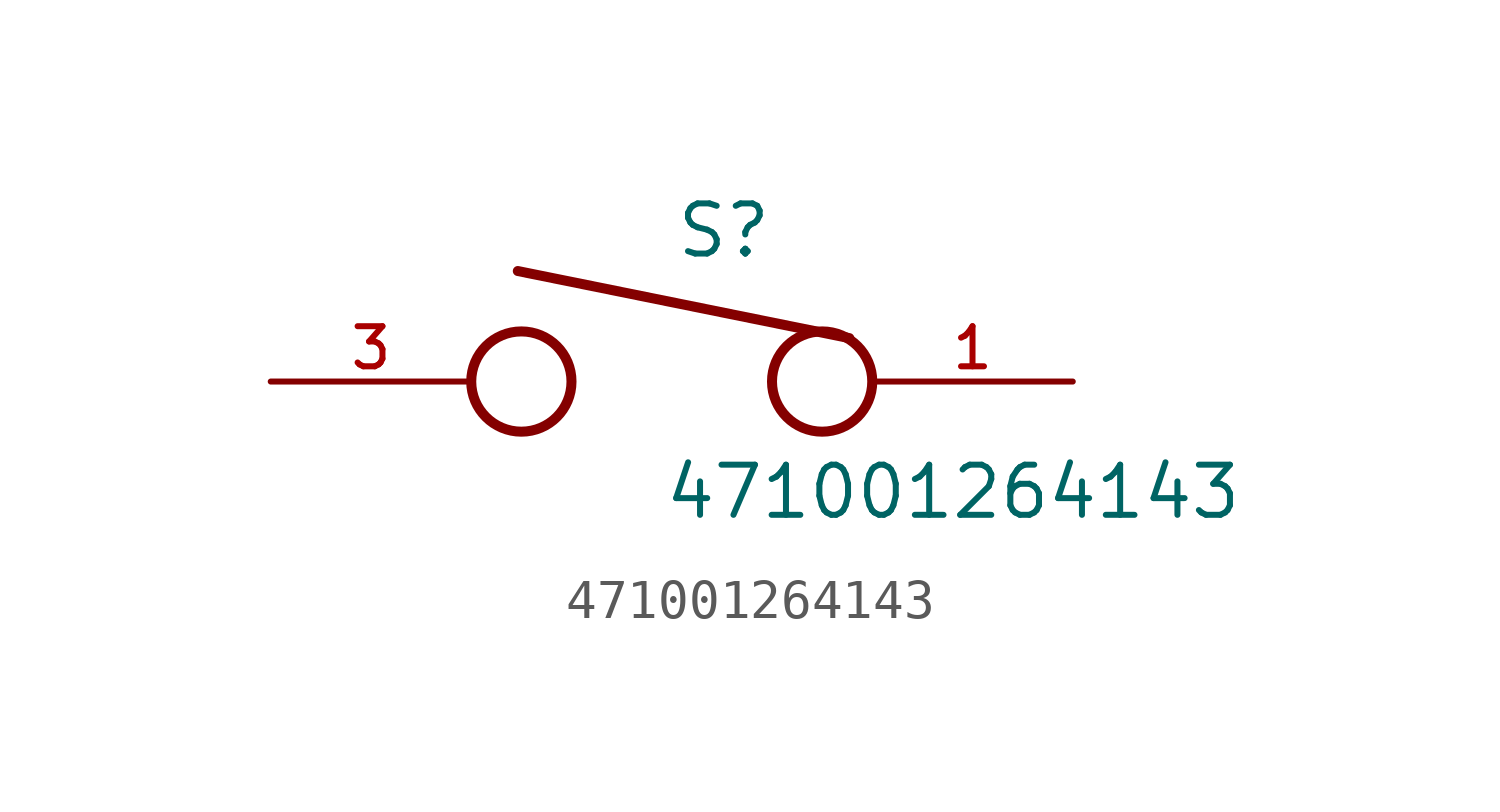
<source format=kicad_sym>
(kicad_symbol_lib
  (version 20211014)
  (generator kicad_symbol_editor)
  (symbol "471001264143"
    (pin_names
      (offset 1.016))
    (property "Reference" "S"
      (at 0.07 3.08 0)
      (effects (font (size 1.27 1.27)) (justify bottom left)))
    (property "Value" "471001264143"
      (at -0.23 -3.54 0)
      (effects (font (size 1.27 1.27)) (justify bottom left)))
    (symbol "471001264143_0_0"
      (circle (center -3.81 0.0) (radius 1.27) (stroke (width 0.254)) (fill (type none)))
      (circle (center 3.81 0.0) (radius 1.27) (stroke (width 0.254)) (fill (type none)))
      (polyline (pts (xy 4.5 1.1) (xy -3.9 2.8)) (stroke (width 0.254)))
      (pin passive line (at -10.16 0.0 0) (length 5.08) (name "~" (effects (font (size 1.016 1.016)))) (number "3" (effects (font (size 1.016 1.016)))))
      (pin passive line (at 10.16 0.0 180.0) (length 5.08) (name "~" (effects (font (size 1.016 1.016)))) (number "1" (effects (font (size 1.016 1.016))))))))
</source>
